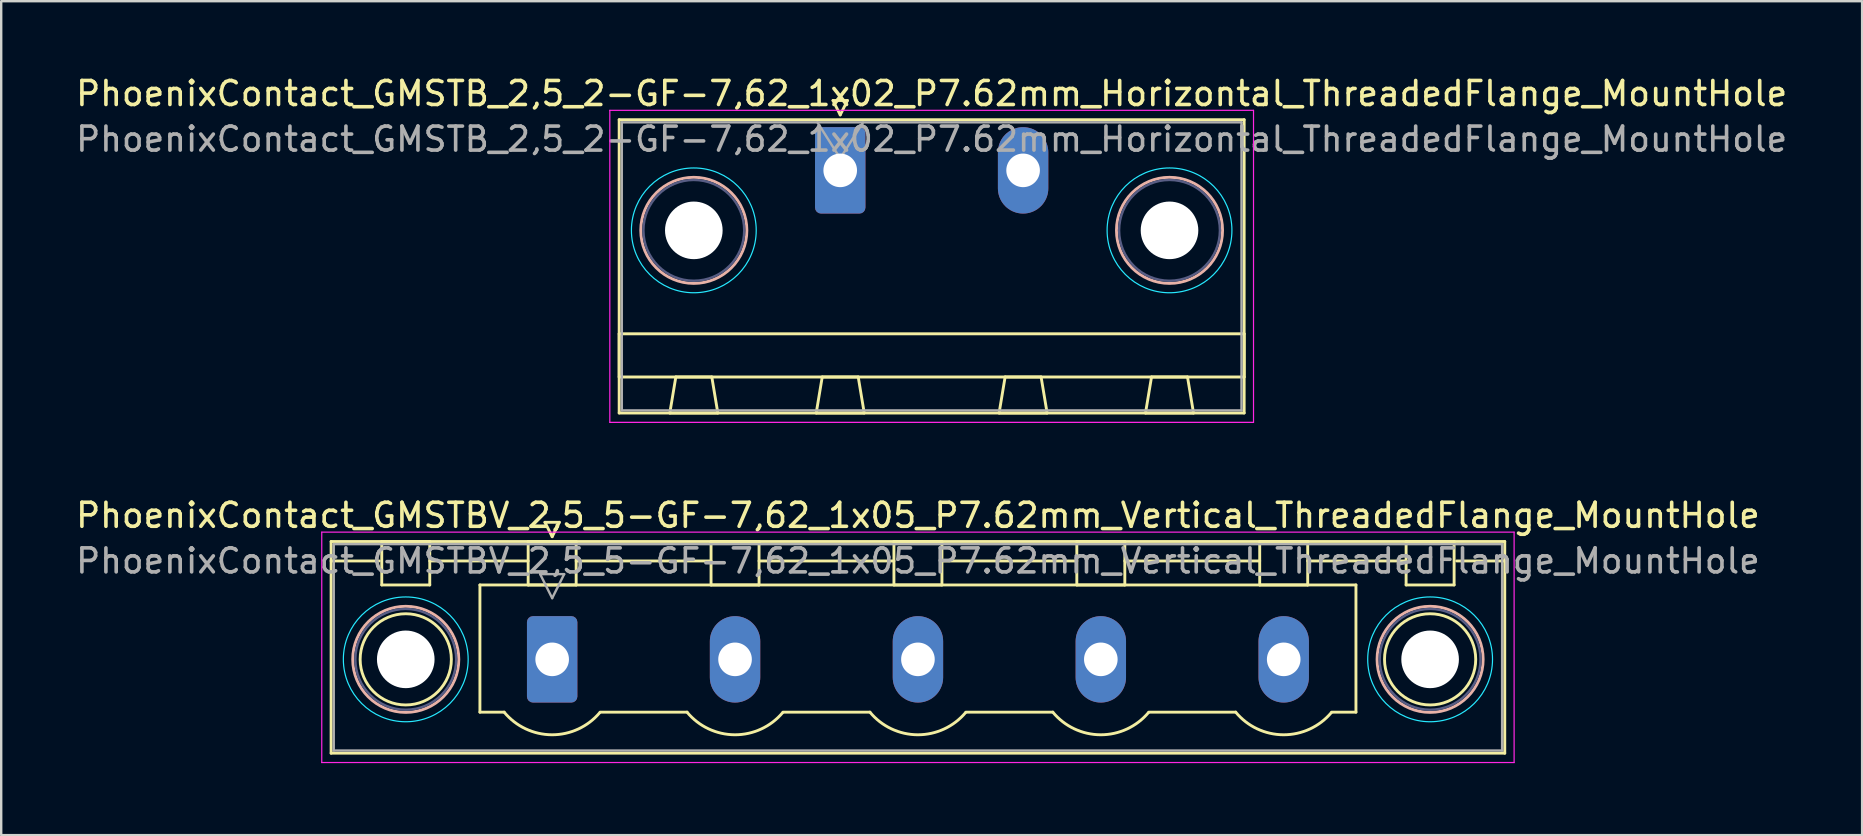
<source format=kicad_pcb>
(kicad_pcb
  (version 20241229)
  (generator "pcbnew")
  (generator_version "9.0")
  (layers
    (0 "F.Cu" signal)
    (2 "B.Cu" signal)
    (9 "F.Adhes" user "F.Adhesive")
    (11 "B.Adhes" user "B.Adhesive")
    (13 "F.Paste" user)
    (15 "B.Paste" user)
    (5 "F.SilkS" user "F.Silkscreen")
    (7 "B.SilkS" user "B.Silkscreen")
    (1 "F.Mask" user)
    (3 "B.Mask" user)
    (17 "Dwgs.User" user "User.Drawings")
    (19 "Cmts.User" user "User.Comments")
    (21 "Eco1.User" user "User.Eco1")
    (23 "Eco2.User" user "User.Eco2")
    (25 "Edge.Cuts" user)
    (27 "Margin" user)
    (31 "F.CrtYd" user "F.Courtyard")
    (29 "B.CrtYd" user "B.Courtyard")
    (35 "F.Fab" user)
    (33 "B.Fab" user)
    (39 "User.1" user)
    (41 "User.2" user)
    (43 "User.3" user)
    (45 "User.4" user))
  (footprint "PhoenixContact_GMSTBV_2,5_5-GF-7,62_1x05_P7.62mm_Vertical_ThreadedFlange_MountHole"
    (layer "F.Cu")
    (at 19.956 24.422)
    (property "Reference" "PhoenixContact_GMSTBV_2,5_5-GF-7,62_1x05_P7.62mm_Vertical_ThreadedFlange_MountHole" (at 15.24 -6 0) (layer "F.SilkS") (effects (font (size 1 1) (thickness 0.15))))
    (attr through_hole)
    (fp_line (start -9.21 -4.91) (end -9.21 3.91) (stroke (width 0.12) (type solid)) (layer "F.SilkS"))
    (fp_line (start -9.21 -4.1) (end -7.21 -4.1) (stroke (width 0.12) (type solid)) (layer "F.SilkS"))
    (fp_line (start -9.21 3.91) (end 39.69 3.91) (stroke (width 0.12) (type solid)) (layer "F.SilkS"))
    (fp_line (start -7.1 -4.91) (end -5.1 -4.91) (stroke (width 0.12) (type solid)) (layer "F.SilkS"))
    (fp_line (start -7.1 -3.1) (end -7.1 -4.91) (stroke (width 0.12) (type solid)) (layer "F.SilkS"))
    (fp_line (start -5.1 -4.91) (end -5.1 -3.1) (stroke (width 0.12) (type solid)) (layer "F.SilkS"))
    (fp_line (start -5.1 -4.1) (end -1 -4.1) (stroke (width 0.12) (type solid)) (layer "F.SilkS"))
    (fp_line (start -5.1 -3.1) (end -7.1 -3.1) (stroke (width 0.12) (type solid)) (layer "F.SilkS"))
    (fp_line (start -3.01 -3.1) (end 33.49 -3.1) (stroke (width 0.12) (type solid)) (layer "F.SilkS"))
    (fp_line (start -3.01 2.2) (end -3.01 -3.1) (stroke (width 0.12) (type solid)) (layer "F.SilkS"))
    (fp_line (start -2 2.2) (end -3.01 2.2) (stroke (width 0.12) (type solid)) (layer "F.SilkS"))
    (fp_line (start -1 -4.91) (end 1 -4.91) (stroke (width 0.12) (type solid)) (layer "F.SilkS"))
    (fp_line (start -1 -3.1) (end -1 -4.91) (stroke (width 0.12) (type solid)) (layer "F.SilkS"))
    (fp_line (start -0.3 -5.71) (end 0.3 -5.71) (stroke (width 0.12) (type solid)) (layer "F.SilkS"))
    (fp_line (start 0 -5.11) (end -0.3 -5.71) (stroke (width 0.12) (type solid)) (layer "F.SilkS"))
    (fp_line (start 0.3 -5.71) (end 0 -5.11) (stroke (width 0.12) (type solid)) (layer "F.SilkS"))
    (fp_line (start 1 -4.91) (end 1 -3.1) (stroke (width 0.12) (type solid)) (layer "F.SilkS"))
    (fp_line (start 1 -4.1) (end 6.62 -4.1) (stroke (width 0.12) (type solid)) (layer "F.SilkS"))
    (fp_line (start 1 -3.1) (end -1 -3.1) (stroke (width 0.12) (type solid)) (layer "F.SilkS"))
    (fp_line (start 2 2.2) (end 5.62 2.2) (stroke (width 0.12) (type solid)) (layer "F.SilkS"))
    (fp_line (start 6.62 -4.91) (end 8.62 -4.91) (stroke (width 0.12) (type solid)) (layer "F.SilkS"))
    (fp_line (start 6.62 -3.1) (end 6.62 -4.91) (stroke (width 0.12) (type solid)) (layer "F.SilkS"))
    (fp_line (start 8.62 -4.91) (end 8.62 -3.1) (stroke (width 0.12) (type solid)) (layer "F.SilkS"))
    (fp_line (start 8.62 -4.1) (end 14.24 -4.1) (stroke (width 0.12) (type solid)) (layer "F.SilkS"))
    (fp_line (start 8.62 -3.1) (end 6.62 -3.1) (stroke (width 0.12) (type solid)) (layer "F.SilkS"))
    (fp_line (start 9.62 2.2) (end 13.24 2.2) (stroke (width 0.12) (type solid)) (layer "F.SilkS"))
    (fp_line (start 14.24 -4.91) (end 16.24 -4.91) (stroke (width 0.12) (type solid)) (layer "F.SilkS"))
    (fp_line (start 14.24 -3.1) (end 14.24 -4.91) (stroke (width 0.12) (type solid)) (layer "F.SilkS"))
    (fp_line (start 16.24 -4.91) (end 16.24 -3.1) (stroke (width 0.12) (type solid)) (layer "F.SilkS"))
    (fp_line (start 16.24 -4.1) (end 21.86 -4.1) (stroke (width 0.12) (type solid)) (layer "F.SilkS"))
    (fp_line (start 16.24 -3.1) (end 14.24 -3.1) (stroke (width 0.12) (type solid)) (layer "F.SilkS"))
    (fp_line (start 17.24 2.2) (end 20.86 2.2) (stroke (width 0.12) (type solid)) (layer "F.SilkS"))
    (fp_line (start 21.86 -4.91) (end 23.86 -4.91) (stroke (width 0.12) (type solid)) (layer "F.SilkS"))
    (fp_line (start 21.86 -3.1) (end 21.86 -4.91) (stroke (width 0.12) (type solid)) (layer "F.SilkS"))
    (fp_line (start 23.86 -4.91) (end 23.86 -3.1) (stroke (width 0.12) (type solid)) (layer "F.SilkS"))
    (fp_line (start 23.86 -4.1) (end 29.48 -4.1) (stroke (width 0.12) (type solid)) (layer "F.SilkS"))
    (fp_line (start 23.86 -3.1) (end 21.86 -3.1) (stroke (width 0.12) (type solid)) (layer "F.SilkS"))
    (fp_line (start 24.86 2.2) (end 28.48 2.2) (stroke (width 0.12) (type solid)) (layer "F.SilkS"))
    (fp_line (start 29.48 -4.91) (end 31.48 -4.91) (stroke (width 0.12) (type solid)) (layer "F.SilkS"))
    (fp_line (start 29.48 -3.1) (end 29.48 -4.91) (stroke (width 0.12) (type solid)) (layer "F.SilkS"))
    (fp_line (start 31.48 -4.91) (end 31.48 -3.1) (stroke (width 0.12) (type solid)) (layer "F.SilkS"))
    (fp_line (start 31.48 -4.1) (end 35.58 -4.1) (stroke (width 0.12) (type solid)) (layer "F.SilkS"))
    (fp_line (start 31.48 -3.1) (end 29.48 -3.1) (stroke (width 0.12) (type solid)) (layer "F.SilkS"))
    (fp_line (start 33.49 -3.1) (end 33.49 2.2) (stroke (width 0.12) (type solid)) (layer "F.SilkS"))
    (fp_line (start 33.49 2.2) (end 32.48 2.2) (stroke (width 0.12) (type solid)) (layer "F.SilkS"))
    (fp_line (start 35.58 -4.91) (end 37.58 -4.91) (stroke (width 0.12) (type solid)) (layer "F.SilkS"))
    (fp_line (start 35.58 -3.1) (end 35.58 -4.91) (stroke (width 0.12) (type solid)) (layer "F.SilkS"))
    (fp_line (start 37.58 -4.91) (end 37.58 -3.1) (stroke (width 0.12) (type solid)) (layer "F.SilkS"))
    (fp_line (start 37.58 -3.1) (end 35.58 -3.1) (stroke (width 0.12) (type solid)) (layer "F.SilkS"))
    (fp_line (start 39.69 -4.91) (end -9.21 -4.91) (stroke (width 0.12) (type solid)) (layer "F.SilkS"))
    (fp_line (start 39.69 -4.1) (end 37.69 -4.1) (stroke (width 0.12) (type solid)) (layer "F.SilkS"))
    (fp_line (start 39.69 3.91) (end 39.69 -4.91) (stroke (width 0.12) (type solid)) (layer "F.SilkS"))
    (fp_arc (start 1.986842 2.215821) (mid -0.010289 3.142758) (end -2 2.2) (stroke (width 0.12) (type solid)) (layer "F.SilkS"))
    (fp_arc (start 9.606842 2.215821) (mid 7.609711 3.142758) (end 5.62 2.2) (stroke (width 0.12) (type solid)) (layer "F.SilkS"))
    (fp_arc (start 17.226842 2.215821) (mid 15.229711 3.142758) (end 13.24 2.2) (stroke (width 0.12) (type solid)) (layer "F.SilkS"))
    (fp_arc (start 24.846842 2.215821) (mid 22.849711 3.142758) (end 20.86 2.2) (stroke (width 0.12) (type solid)) (layer "F.SilkS"))
    (fp_arc (start 32.466842 2.215821) (mid 30.469711 3.142758) (end 28.48 2.2) (stroke (width 0.12) (type solid)) (layer "F.SilkS"))
    (fp_circle (center -6.1 0) (end -4.2 0) (stroke (width 0.12) (type solid)) (fill no) (layer "F.SilkS"))
    (fp_circle (center 36.58 0) (end 38.48 0) (stroke (width 0.12) (type solid)) (fill no) (layer "F.SilkS"))
    (fp_circle (center -6.1 0) (end -3.89 0) (stroke (width 0.12) (type solid)) (fill no) (layer "B.SilkS"))
    (fp_circle (center 36.58 0) (end 38.79 0) (stroke (width 0.12) (type solid)) (fill no) (layer "B.SilkS"))
    (fp_circle (center -6.1 0) (end -3.5 0) (stroke (width 0.05) (type solid)) (fill no) (layer "B.CrtYd"))
    (fp_circle (center 36.58 0) (end 39.18 0) (stroke (width 0.05) (type solid)) (fill no) (layer "B.CrtYd"))
    (fp_line (start -9.6 -5.3) (end -9.6 4.3) (stroke (width 0.05) (type solid)) (layer "F.CrtYd"))
    (fp_line (start -9.6 4.3) (end 40.08 4.3) (stroke (width 0.05) (type solid)) (layer "F.CrtYd"))
    (fp_line (start 40.08 -5.3) (end -9.6 -5.3) (stroke (width 0.05) (type solid)) (layer "F.CrtYd"))
    (fp_line (start 40.08 4.3) (end 40.08 -5.3) (stroke (width 0.05) (type solid)) (layer "F.CrtYd"))
    (fp_circle (center -6.1 0) (end -4 0) (stroke (width 0.1) (type solid)) (fill no) (layer "B.Fab"))
    (fp_circle (center 36.58 0) (end 38.68 0) (stroke (width 0.1) (type solid)) (fill no) (layer "B.Fab"))
    (fp_line (start -9.1 -4.8) (end -9.1 3.8) (stroke (width 0.1) (type solid)) (layer "F.Fab"))
    (fp_line (start -9.1 3.8) (end 39.58 3.8) (stroke (width 0.1) (type solid)) (layer "F.Fab"))
    (fp_line (start -0.5 -3.55) (end 0.5 -3.55) (stroke (width 0.1) (type solid)) (layer "F.Fab"))
    (fp_line (start 0 -2.55) (end -0.5 -3.55) (stroke (width 0.1) (type solid)) (layer "F.Fab"))
    (fp_line (start 0.5 -3.55) (end 0 -2.55) (stroke (width 0.1) (type solid)) (layer "F.Fab"))
    (fp_line (start 39.58 -4.8) (end -9.1 -4.8) (stroke (width 0.1) (type solid)) (layer "F.Fab"))
    (fp_line (start 39.58 3.8) (end 39.58 -4.8) (stroke (width 0.1) (type solid)) (layer "F.Fab"))
    (fp_text user "${REFERENCE}" (at 15.24 -4.1 0) (layer "F.Fab") (effects (font (size 1 1) (thickness 0.15))))
    (pad "" np_thru_hole circle (at -6.1 0) (size 2.4 2.4) (drill 2.4) (layers "*.Cu" "*.Mask"))
    (pad "" np_thru_hole circle (at 36.58 0) (size 2.4 2.4) (drill 2.4) (layers "*.Cu" "*.Mask"))
    (pad "1" thru_hole roundrect (at 0 0) (size 2.1 3.6) (drill 1.4) (layers "*.Cu" "*.Mask") (roundrect_rratio 0.119))
    (pad "2" thru_hole oval (at 7.62 0) (size 2.1 3.6) (drill 1.4) (layers "*.Cu" "*.Mask"))
    (pad "3" thru_hole oval (at 15.24 0) (size 2.1 3.6) (drill 1.4) (layers "*.Cu" "*.Mask"))
    (pad "4" thru_hole oval (at 22.86 0) (size 2.1 3.6) (drill 1.4) (layers "*.Cu" "*.Mask"))
    (pad "5" thru_hole oval (at 30.48 0) (size 2.1 3.6) (drill 1.4) (layers "*.Cu" "*.Mask")))
  (footprint "PhoenixContact_GMSTB_2,5_2-GF-7,62_1x02_P7.62mm_Horizontal_ThreadedFlange_MountHole"
    (layer "F.Cu")
    (at 31.958 4.048)
    (property "Reference" "PhoenixContact_GMSTB_2,5_2-GF-7,62_1x02_P7.62mm_Horizontal_ThreadedFlange_MountHole" (at 3.81 -3.2 0) (layer "F.SilkS") (effects (font (size 1 1) (thickness 0.15))))
    (attr through_hole)
    (fp_line (start -9.21 -2.11) (end -9.21 10.11) (stroke (width 0.12) (type solid)) (layer "F.SilkS"))
    (fp_line (start -9.21 6.81) (end 16.83 6.81) (stroke (width 0.12) (type solid)) (layer "F.SilkS"))
    (fp_line (start -9.21 8.61) (end -9.21 6.81) (stroke (width 0.12) (type solid)) (layer "F.SilkS"))
    (fp_line (start -9.21 10.11) (end 16.83 10.11) (stroke (width 0.12) (type solid)) (layer "F.SilkS"))
    (fp_line (start -7.1 10.11) (end -5.1 10.11) (stroke (width 0.12) (type solid)) (layer "F.SilkS"))
    (fp_line (start -6.85 8.61) (end -7.1 10.11) (stroke (width 0.12) (type solid)) (layer "F.SilkS"))
    (fp_line (start -5.35 8.61) (end -6.85 8.61) (stroke (width 0.12) (type solid)) (layer "F.SilkS"))
    (fp_line (start -5.1 10.11) (end -5.35 8.61) (stroke (width 0.12) (type solid)) (layer "F.SilkS"))
    (fp_line (start -1 10.11) (end 1 10.11) (stroke (width 0.12) (type solid)) (layer "F.SilkS"))
    (fp_line (start -0.75 8.61) (end -1 10.11) (stroke (width 0.12) (type solid)) (layer "F.SilkS"))
    (fp_line (start -0.3 -2.91) (end 0.3 -2.91) (stroke (width 0.12) (type solid)) (layer "F.SilkS"))
    (fp_line (start 0 -2.31) (end -0.3 -2.91) (stroke (width 0.12) (type solid)) (layer "F.SilkS"))
    (fp_line (start 0.3 -2.91) (end 0 -2.31) (stroke (width 0.12) (type solid)) (layer "F.SilkS"))
    (fp_line (start 0.75 8.61) (end -0.75 8.61) (stroke (width 0.12) (type solid)) (layer "F.SilkS"))
    (fp_line (start 1 10.11) (end 0.75 8.61) (stroke (width 0.12) (type solid)) (layer "F.SilkS"))
    (fp_line (start 6.62 10.11) (end 8.62 10.11) (stroke (width 0.12) (type solid)) (layer "F.SilkS"))
    (fp_line (start 6.87 8.61) (end 6.62 10.11) (stroke (width 0.12) (type solid)) (layer "F.SilkS"))
    (fp_line (start 8.37 8.61) (end 6.87 8.61) (stroke (width 0.12) (type solid)) (layer "F.SilkS"))
    (fp_line (start 8.62 10.11) (end 8.37 8.61) (stroke (width 0.12) (type solid)) (layer "F.SilkS"))
    (fp_line (start 12.72 10.11) (end 14.72 10.11) (stroke (width 0.12) (type solid)) (layer "F.SilkS"))
    (fp_line (start 12.97 8.61) (end 12.72 10.11) (stroke (width 0.12) (type solid)) (layer "F.SilkS"))
    (fp_line (start 14.47 8.61) (end 12.97 8.61) (stroke (width 0.12) (type solid)) (layer "F.SilkS"))
    (fp_line (start 14.72 10.11) (end 14.47 8.61) (stroke (width 0.12) (type solid)) (layer "F.SilkS"))
    (fp_line (start 16.83 -2.11) (end -9.21 -2.11) (stroke (width 0.12) (type solid)) (layer "F.SilkS"))
    (fp_line (start 16.83 6.81) (end 16.83 8.61) (stroke (width 0.12) (type solid)) (layer "F.SilkS"))
    (fp_line (start 16.83 8.61) (end -9.21 8.61) (stroke (width 0.12) (type solid)) (layer "F.SilkS"))
    (fp_line (start 16.83 10.11) (end 16.83 -2.11) (stroke (width 0.12) (type solid)) (layer "F.SilkS"))
    (fp_circle (center -6.1 2.5) (end -3.89 2.5) (stroke (width 0.12) (type solid)) (fill no) (layer "B.SilkS"))
    (fp_circle (center 13.72 2.5) (end 15.93 2.5) (stroke (width 0.12) (type solid)) (fill no) (layer "B.SilkS"))
    (fp_circle (center -6.1 2.5) (end -3.5 2.5) (stroke (width 0.05) (type solid)) (fill no) (layer "B.CrtYd"))
    (fp_circle (center 13.72 2.5) (end 16.32 2.5) (stroke (width 0.05) (type solid)) (fill no) (layer "B.CrtYd"))
    (fp_line (start -9.6 -2.5) (end -9.6 10.5) (stroke (width 0.05) (type solid)) (layer "F.CrtYd"))
    (fp_line (start -9.6 10.5) (end 17.22 10.5) (stroke (width 0.05) (type solid)) (layer "F.CrtYd"))
    (fp_line (start 17.22 -2.5) (end -9.6 -2.5) (stroke (width 0.05) (type solid)) (layer "F.CrtYd"))
    (fp_line (start 17.22 10.5) (end 17.22 -2.5) (stroke (width 0.05) (type solid)) (layer "F.CrtYd"))
    (fp_circle (center -6.1 2.5) (end -4 2.5) (stroke (width 0.1) (type solid)) (fill no) (layer "B.Fab"))
    (fp_circle (center 13.72 2.5) (end 15.82 2.5) (stroke (width 0.1) (type solid)) (fill no) (layer "B.Fab"))
    (fp_line (start -9.1 -2) (end -9.1 10) (stroke (width 0.1) (type solid)) (layer "F.Fab"))
    (fp_line (start -9.1 10) (end 16.72 10) (stroke (width 0.1) (type solid)) (layer "F.Fab"))
    (fp_line (start 0 -0.5) (end -0.95 -2) (stroke (width 0.1) (type solid)) (layer "F.Fab"))
    (fp_line (start 0.95 -2) (end 0 -0.5) (stroke (width 0.1) (type solid)) (layer "F.Fab"))
    (fp_line (start 16.72 -2) (end -9.1 -2) (stroke (width 0.1) (type solid)) (layer "F.Fab"))
    (fp_line (start 16.72 10) (end 16.72 -2) (stroke (width 0.1) (type solid)) (layer "F.Fab"))
    (fp_text user "${REFERENCE}" (at 3.81 -1.3 0) (layer "F.Fab") (effects (font (size 1 1) (thickness 0.15))))
    (pad "" np_thru_hole circle (at -6.1 2.5) (size 2.4 2.4) (drill 2.4) (layers "*.Cu" "*.Mask"))
    (pad "" np_thru_hole circle (at 13.72 2.5) (size 2.4 2.4) (drill 2.4) (layers "*.Cu" "*.Mask"))
    (pad "1" thru_hole roundrect (at 0 0) (size 2.1 3.6) (drill 1.4) (layers "*.Cu" "*.Mask") (roundrect_rratio 0.119))
    (pad "2" thru_hole oval (at 7.62 0) (size 2.1 3.6) (drill 1.4) (layers "*.Cu" "*.Mask")))
  (gr_rect
    (start -3 -3)
    (end 74.536 31.747)
    (stroke (width 0.1) (type default))
    (fill no)
    (layer "Edge.Cuts")))
</source>
